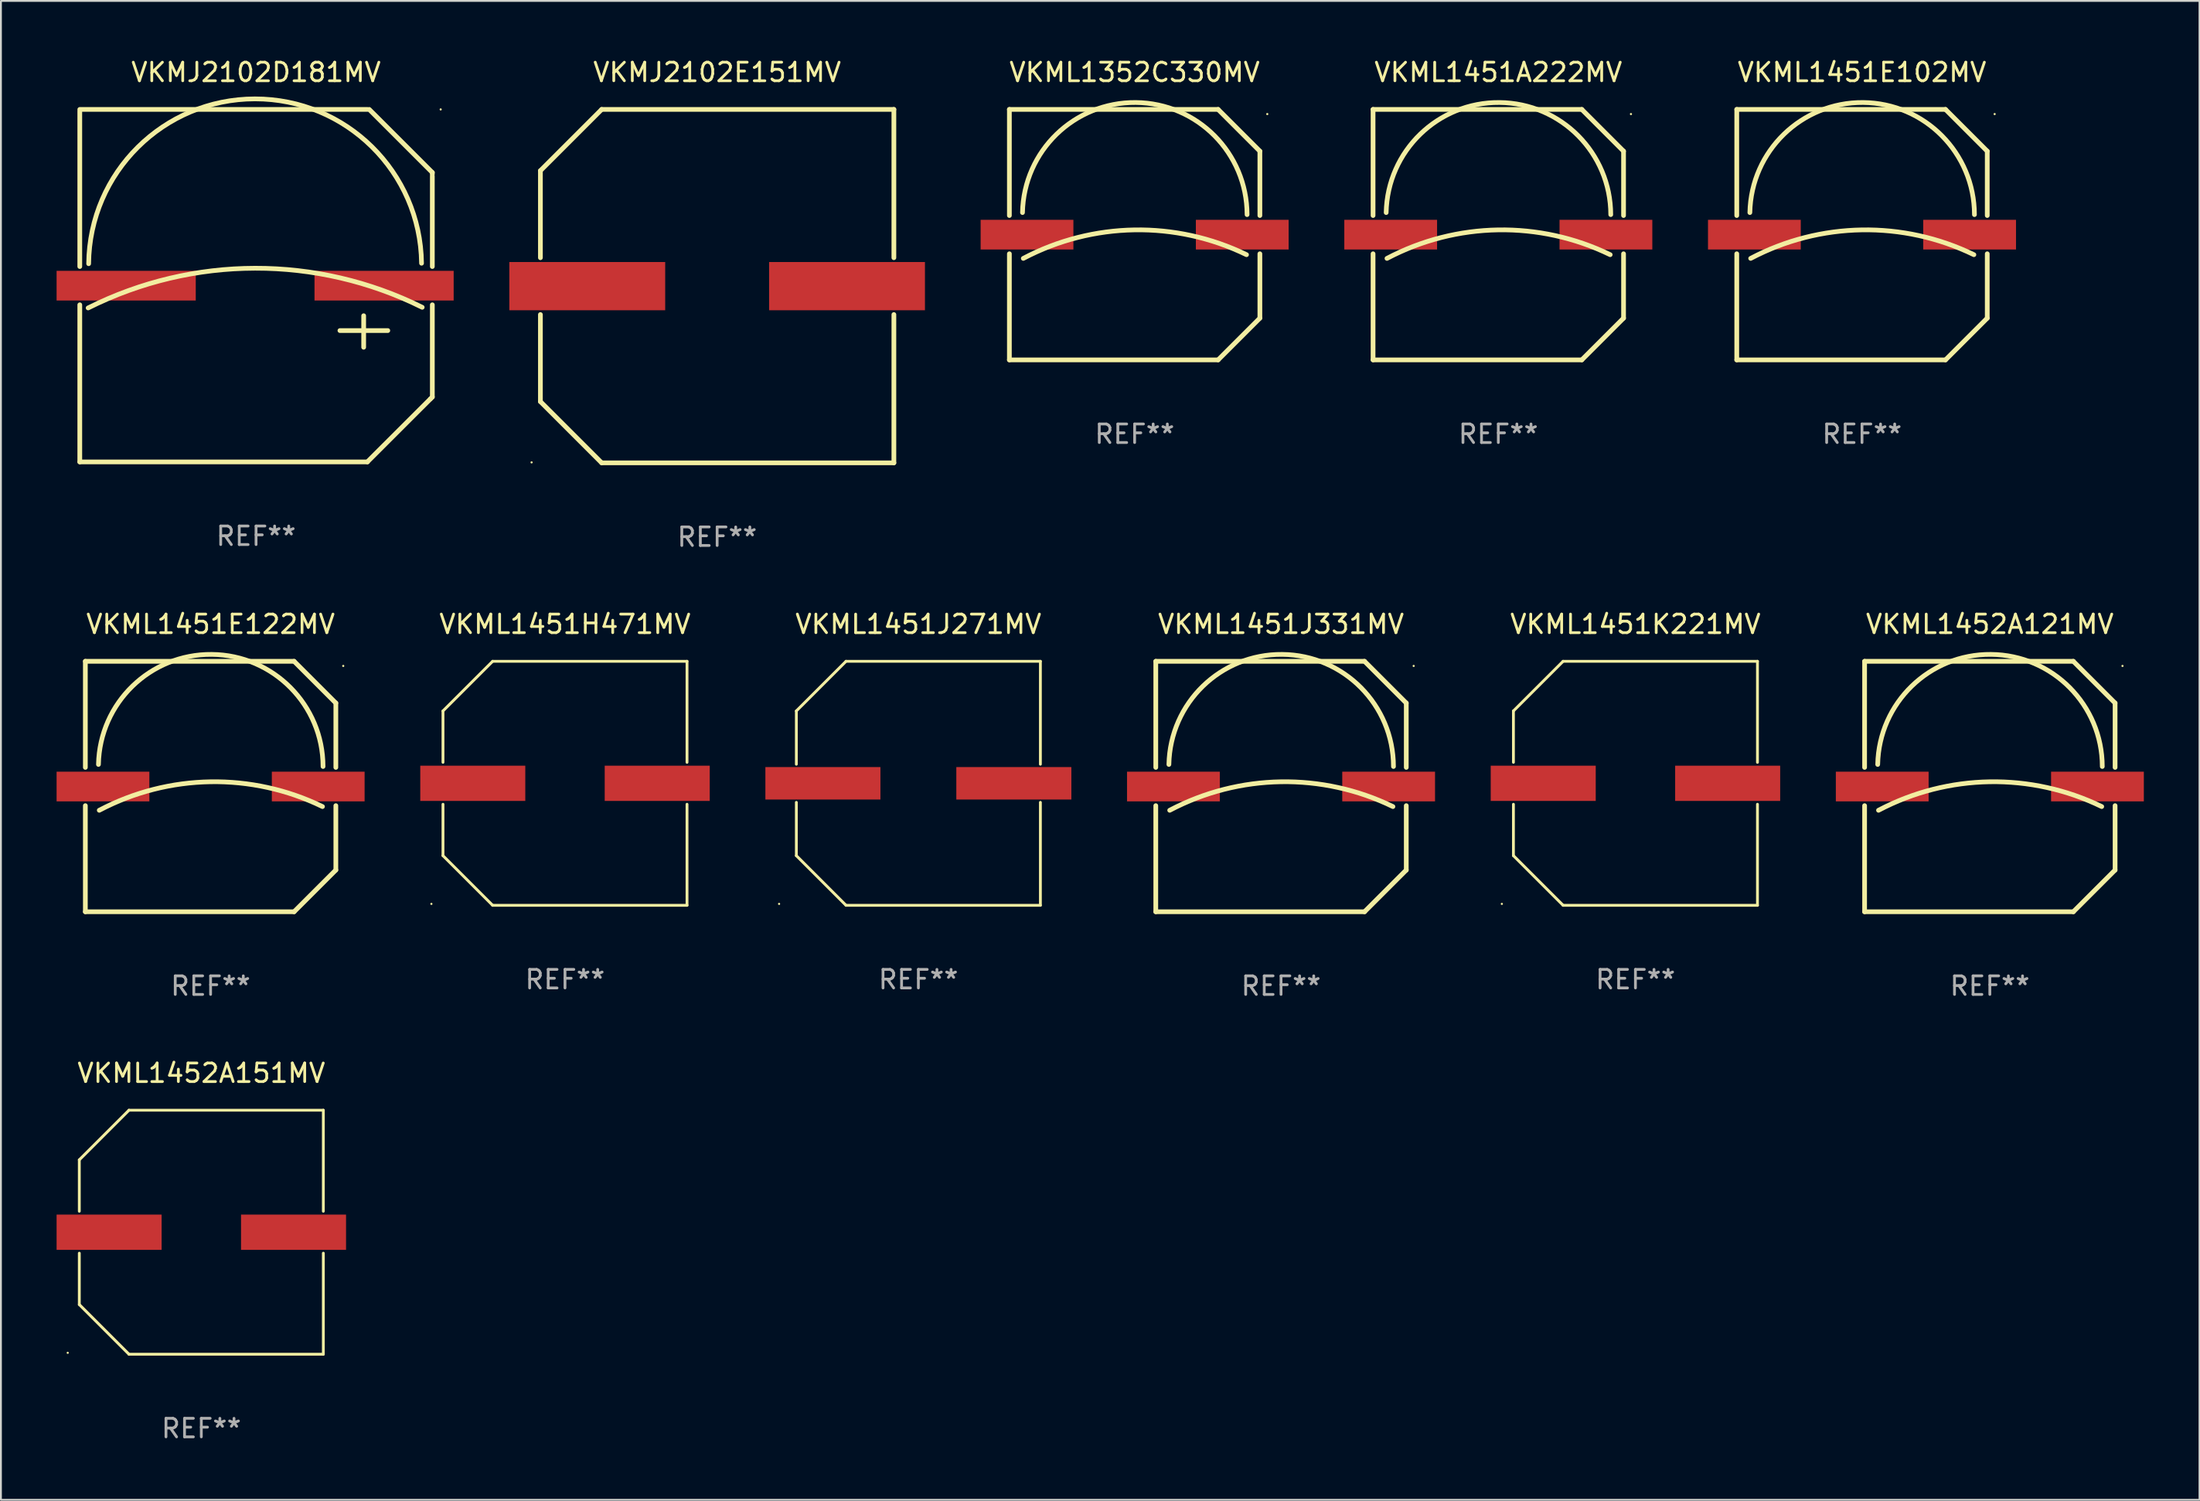
<source format=kicad_pcb>
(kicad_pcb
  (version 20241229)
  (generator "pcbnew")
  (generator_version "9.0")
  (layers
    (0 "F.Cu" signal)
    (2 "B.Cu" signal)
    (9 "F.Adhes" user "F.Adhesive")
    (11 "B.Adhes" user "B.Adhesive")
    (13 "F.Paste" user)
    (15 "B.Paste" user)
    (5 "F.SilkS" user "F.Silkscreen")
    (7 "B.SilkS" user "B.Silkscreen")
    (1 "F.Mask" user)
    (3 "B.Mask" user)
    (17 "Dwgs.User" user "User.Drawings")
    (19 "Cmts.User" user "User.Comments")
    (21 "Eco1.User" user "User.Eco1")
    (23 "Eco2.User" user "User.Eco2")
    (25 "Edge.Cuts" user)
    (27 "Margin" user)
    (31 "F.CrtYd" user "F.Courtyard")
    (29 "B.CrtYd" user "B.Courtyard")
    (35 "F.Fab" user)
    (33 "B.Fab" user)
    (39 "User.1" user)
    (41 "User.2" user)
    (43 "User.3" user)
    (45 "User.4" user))
  (footprint "VKML1452A151MV"
    (layer "F.Cu")
    (at 7.8 63.368)
    (property "Reference" "VKML1452A151MV" (at 0 -8.576 0) (layer "F.SilkS") (effects (font (size 1 1) (thickness 0.15))))
    (attr through_hole)
    (fp_line (start -6.576 -3.9) (end -3.9 -6.576) (stroke (width 0.152) (type solid)) (layer "F.SilkS"))
    (fp_line (start -6.576 -1.13) (end -6.576 -3.9) (stroke (width 0.152) (type solid)) (layer "F.SilkS"))
    (fp_line (start -6.576 3.9) (end -6.576 1.13) (stroke (width 0.152) (type solid)) (layer "F.SilkS"))
    (fp_line (start -6.576 3.9) (end -3.9 6.576) (stroke (width 0.152) (type solid)) (layer "F.SilkS"))
    (fp_line (start -3.9 -6.576) (end 6.576 -6.576) (stroke (width 0.152) (type solid)) (layer "F.SilkS"))
    (fp_line (start -3.9 6.576) (end 6.576 6.576) (stroke (width 0.152) (type solid)) (layer "F.SilkS"))
    (fp_line (start 6.576 -6.576) (end 6.576 -1.13) (stroke (width 0.152) (type solid)) (layer "F.SilkS"))
    (fp_line (start 6.576 1.13) (end 6.576 6.576) (stroke (width 0.152) (type solid)) (layer "F.SilkS"))
    (fp_circle (center -7.2 6.5) (end -7.17 6.5) (stroke (width 0.06) (type solid)) (fill no) (layer "F.SilkS"))
    (fp_text user "REF**" (at 0 10.576 0) (layer "F.Fab") (effects (font (size 1 1) (thickness 0.15))))
    (pad "1" smd rect (at -4.97 0) (size 5.66 1.9) (layers "F.Cu" "F.Mask" "F.Paste"))
    (pad "2" smd rect (at 4.97 0) (size 5.66 1.9) (layers "F.Cu" "F.Mask" "F.Paste")))
  (footprint "VKML1352C330MV"
    (layer "F.Cu")
    (at 58.1 9.598)
    (property "Reference" "VKML1352C330MV" (at 0 -8.75 0) (layer "F.SilkS") (effects (font (size 1 1) (thickness 0.15))))
    (attr through_hole)
    (fp_line (start -6.75 -6.75) (end 4.5 -6.75) (stroke (width 0.254) (type solid)) (layer "F.SilkS"))
    (fp_line (start -6.75 -1.031) (end -6.75 -6.75) (stroke (width 0.254) (type solid)) (layer "F.SilkS"))
    (fp_line (start -6.75 6.75) (end -6.75 1.031) (stroke (width 0.254) (type solid)) (layer "F.SilkS"))
    (fp_line (start -6.75 6.75) (end 4.5 6.75) (stroke (width 0.254) (type solid)) (layer "F.SilkS"))
    (fp_line (start 4.5 6.75) (end 6.75 4.5) (stroke (width 0.254) (type solid)) (layer "F.SilkS"))
    (fp_line (start 6.75 -4.5) (end 4.5 -6.75) (stroke (width 0.254) (type solid)) (layer "F.SilkS"))
    (fp_line (start 6.75 -1.031) (end 6.75 -4.5) (stroke (width 0.254) (type solid)) (layer "F.SilkS"))
    (fp_line (start 6.75 4.5) (end 6.75 1.031) (stroke (width 0.254) (type solid)) (layer "F.SilkS"))
    (fp_arc (start -6.043638 -1.190577) (mid 0.06288 -7.123351) (end 6.059995 -1.08001) (stroke (width 0.254001) (type solid)) (layer "F.SilkS"))
    (fp_arc (start -6 1.28001) (mid -0.008883 -0.256469) (end 6.029998 1.08001) (stroke (width 0.254001) (type solid)) (layer "F.SilkS"))
    (fp_circle (center 7.149 -6.5) (end 7.179 -6.5) (stroke (width 0.06) (type solid)) (fill no) (layer "F.SilkS"))
    (fp_text user "REF**" (at 0 10.75 0) (layer "F.Fab") (effects (font (size 1 1) (thickness 0.15))))
    (pad "1" smd rect (at 5.8 0) (size 5 1.6) (layers "F.Cu" "F.Mask" "F.Paste"))
    (pad "2" smd rect (at -5.8 0) (size 5 1.6) (layers "F.Cu" "F.Mask" "F.Paste")))
  (footprint "VKMJ2102E151MV"
    (layer "F.Cu")
    (at 35.6 12.373)
    (property "Reference" "VKMJ2102E151MV" (at 0 -11.525 0) (layer "F.SilkS") (effects (font (size 1 1) (thickness 0.15))))
    (attr through_hole)
    (fp_line (start -9.525 -6.223) (end -9.525 -1.531) (stroke (width 0.254) (type solid)) (layer "F.SilkS"))
    (fp_line (start -9.525 1.531) (end -9.525 6.223) (stroke (width 0.254) (type solid)) (layer "F.SilkS"))
    (fp_line (start -9.525 6.223) (end -6.223 9.525) (stroke (width 0.254) (type solid)) (layer "F.SilkS"))
    (fp_line (start -6.223 -9.525) (end -9.525 -6.223) (stroke (width 0.254) (type solid)) (layer "F.SilkS"))
    (fp_line (start -6.223 9.525) (end 9.525 9.525) (stroke (width 0.254) (type solid)) (layer "F.SilkS"))
    (fp_line (start 9.525 -9.525) (end -6.223 -9.525) (stroke (width 0.254) (type solid)) (layer "F.SilkS"))
    (fp_line (start 9.525 -1.531) (end 9.525 -9.525) (stroke (width 0.254) (type solid)) (layer "F.SilkS"))
    (fp_line (start 9.525 9.525) (end 9.525 1.531) (stroke (width 0.254) (type solid)) (layer "F.SilkS"))
    (fp_circle (center -10 9.5) (end -9.97 9.5) (stroke (width 0.06) (type solid)) (fill no) (layer "F.SilkS"))
    (fp_text user "REF**" (at 0 13.525 0) (layer "F.Fab") (effects (font (size 1 1) (thickness 0.15))))
    (pad "1" smd rect (at -7 0) (size 8.4 2.6) (layers "F.Cu" "F.Mask" "F.Paste"))
    (pad "2" smd rect (at 7 0) (size 8.4 2.6) (layers "F.Cu" "F.Mask" "F.Paste")))
  (footprint "VKML1451J331MV"
    (layer "F.Cu")
    (at 65.99 39.345)
    (property "Reference" "VKML1451J331MV" (at 0 -8.75 0) (layer "F.SilkS") (effects (font (size 1 1) (thickness 0.15))))
    (attr through_hole)
    (fp_line (start -6.75 -6.75) (end 4.5 -6.75) (stroke (width 0.254) (type solid)) (layer "F.SilkS"))
    (fp_line (start -6.75 -1.031) (end -6.75 -6.75) (stroke (width 0.254) (type solid)) (layer "F.SilkS"))
    (fp_line (start -6.75 6.75) (end -6.75 1.031) (stroke (width 0.254) (type solid)) (layer "F.SilkS"))
    (fp_line (start -6.75 6.75) (end 4.5 6.75) (stroke (width 0.254) (type solid)) (layer "F.SilkS"))
    (fp_line (start 4.5 6.75) (end 6.75 4.5) (stroke (width 0.254) (type solid)) (layer "F.SilkS"))
    (fp_line (start 6.75 -4.5) (end 4.5 -6.75) (stroke (width 0.254) (type solid)) (layer "F.SilkS"))
    (fp_line (start 6.75 -1.031) (end 6.75 -4.5) (stroke (width 0.254) (type solid)) (layer "F.SilkS"))
    (fp_line (start 6.75 4.5) (end 6.75 1.031) (stroke (width 0.254) (type solid)) (layer "F.SilkS"))
    (fp_arc (start -6.043638 -1.190577) (mid 0.06288 -7.123351) (end 6.059995 -1.08001) (stroke (width 0.254001) (type solid)) (layer "F.SilkS"))
    (fp_arc (start -6 1.28001) (mid -0.008883 -0.256469) (end 6.029998 1.08001) (stroke (width 0.254001) (type solid)) (layer "F.SilkS"))
    (fp_circle (center 7.149 -6.5) (end 7.179 -6.5) (stroke (width 0.06) (type solid)) (fill no) (layer "F.SilkS"))
    (fp_text user "REF**" (at 0 10.75 0) (layer "F.Fab") (effects (font (size 1 1) (thickness 0.15))))
    (pad "1" smd rect (at 5.8 0) (size 5 1.6) (layers "F.Cu" "F.Mask" "F.Paste"))
    (pad "2" smd rect (at -5.8 0) (size 5 1.6) (layers "F.Cu" "F.Mask" "F.Paste")))
  (footprint "VKML1451J271MV"
    (layer "F.Cu")
    (at 46.445 39.171)
    (property "Reference" "VKML1451J271MV" (at 0 -8.576 0) (layer "F.SilkS") (effects (font (size 1 1) (thickness 0.15))))
    (attr through_hole)
    (fp_line (start -6.576 -3.9) (end -6.576 -1.027) (stroke (width 0.152) (type solid)) (layer "F.SilkS"))
    (fp_line (start -6.576 3.9) (end -6.576 1.027) (stroke (width 0.152) (type solid)) (layer "F.SilkS"))
    (fp_line (start -3.9 -6.576) (end -6.576 -3.9) (stroke (width 0.152) (type solid)) (layer "F.SilkS"))
    (fp_line (start -3.9 6.576) (end -6.576 3.9) (stroke (width 0.152) (type solid)) (layer "F.SilkS"))
    (fp_line (start 6.576 -6.576) (end -3.9 -6.576) (stroke (width 0.152) (type solid)) (layer "F.SilkS"))
    (fp_line (start 6.576 -1.027) (end 6.576 -6.576) (stroke (width 0.152) (type solid)) (layer "F.SilkS"))
    (fp_line (start 6.576 1.027) (end 6.576 6.576) (stroke (width 0.152) (type solid)) (layer "F.SilkS"))
    (fp_line (start 6.576 6.576) (end -3.9 6.576) (stroke (width 0.152) (type solid)) (layer "F.SilkS"))
    (fp_circle (center -7.506 6.5) (end -7.476 6.5) (stroke (width 0.06) (type solid)) (fill no) (layer "F.SilkS"))
    (fp_text user "REF**" (at 0 10.576 0) (layer "F.Fab") (effects (font (size 1 1) (thickness 0.15))))
    (pad "1" smd rect (at -5.145 0) (size 6.2 1.75) (layers "F.Cu" "F.Mask" "F.Paste"))
    (pad "2" smd rect (at 5.145 0) (size 6.2 1.75) (layers "F.Cu" "F.Mask" "F.Paste")))
  (footprint "VKML1451E122MV"
    (layer "F.Cu")
    (at 8.3 39.345)
    (property "Reference" "VKML1451E122MV" (at 0 -8.75 0) (layer "F.SilkS") (effects (font (size 1 1) (thickness 0.15))))
    (attr through_hole)
    (fp_line (start -6.75 -6.75) (end 4.5 -6.75) (stroke (width 0.254) (type solid)) (layer "F.SilkS"))
    (fp_line (start -6.75 -1.031) (end -6.75 -6.75) (stroke (width 0.254) (type solid)) (layer "F.SilkS"))
    (fp_line (start -6.75 6.75) (end -6.75 1.031) (stroke (width 0.254) (type solid)) (layer "F.SilkS"))
    (fp_line (start -6.75 6.75) (end 4.5 6.75) (stroke (width 0.254) (type solid)) (layer "F.SilkS"))
    (fp_line (start 4.5 6.75) (end 6.75 4.5) (stroke (width 0.254) (type solid)) (layer "F.SilkS"))
    (fp_line (start 6.75 -4.5) (end 4.5 -6.75) (stroke (width 0.254) (type solid)) (layer "F.SilkS"))
    (fp_line (start 6.75 -1.031) (end 6.75 -4.5) (stroke (width 0.254) (type solid)) (layer "F.SilkS"))
    (fp_line (start 6.75 4.5) (end 6.75 1.031) (stroke (width 0.254) (type solid)) (layer "F.SilkS"))
    (fp_arc (start -6.043638 -1.190577) (mid 0.06288 -7.123351) (end 6.059995 -1.08001) (stroke (width 0.254001) (type solid)) (layer "F.SilkS"))
    (fp_arc (start -6 1.28001) (mid -0.008883 -0.256469) (end 6.029998 1.08001) (stroke (width 0.254001) (type solid)) (layer "F.SilkS"))
    (fp_circle (center 7.149 -6.5) (end 7.179 -6.5) (stroke (width 0.06) (type solid)) (fill no) (layer "F.SilkS"))
    (fp_text user "REF**" (at 0 10.75 0) (layer "F.Fab") (effects (font (size 1 1) (thickness 0.15))))
    (pad "1" smd rect (at 5.8 0) (size 5 1.6) (layers "F.Cu" "F.Mask" "F.Paste"))
    (pad "2" smd rect (at -5.8 0) (size 5 1.6) (layers "F.Cu" "F.Mask" "F.Paste")))
  (footprint "VKML1452A121MV"
    (layer "F.Cu")
    (at 104.191 39.345)
    (property "Reference" "VKML1452A121MV" (at 0 -8.75 0) (layer "F.SilkS") (effects (font (size 1 1) (thickness 0.15))))
    (attr through_hole)
    (fp_line (start -6.75 -6.75) (end 4.5 -6.75) (stroke (width 0.254) (type solid)) (layer "F.SilkS"))
    (fp_line (start -6.75 -1.031) (end -6.75 -6.75) (stroke (width 0.254) (type solid)) (layer "F.SilkS"))
    (fp_line (start -6.75 6.75) (end -6.75 1.031) (stroke (width 0.254) (type solid)) (layer "F.SilkS"))
    (fp_line (start -6.75 6.75) (end 4.5 6.75) (stroke (width 0.254) (type solid)) (layer "F.SilkS"))
    (fp_line (start 4.5 6.75) (end 6.75 4.5) (stroke (width 0.254) (type solid)) (layer "F.SilkS"))
    (fp_line (start 6.75 -4.5) (end 4.5 -6.75) (stroke (width 0.254) (type solid)) (layer "F.SilkS"))
    (fp_line (start 6.75 -1.031) (end 6.75 -4.5) (stroke (width 0.254) (type solid)) (layer "F.SilkS"))
    (fp_line (start 6.75 4.5) (end 6.75 1.031) (stroke (width 0.254) (type solid)) (layer "F.SilkS"))
    (fp_arc (start -6.043638 -1.190577) (mid 0.06288 -7.123351) (end 6.059995 -1.08001) (stroke (width 0.254001) (type solid)) (layer "F.SilkS"))
    (fp_arc (start -6 1.28001) (mid -0.008883 -0.256469) (end 6.029998 1.08001) (stroke (width 0.254001) (type solid)) (layer "F.SilkS"))
    (fp_circle (center 7.149 -6.5) (end 7.179 -6.5) (stroke (width 0.06) (type solid)) (fill no) (layer "F.SilkS"))
    (fp_text user "REF**" (at 0 10.75 0) (layer "F.Fab") (effects (font (size 1 1) (thickness 0.15))))
    (pad "1" smd rect (at 5.8 0) (size 5 1.6) (layers "F.Cu" "F.Mask" "F.Paste"))
    (pad "2" smd rect (at -5.8 0) (size 5 1.6) (layers "F.Cu" "F.Mask" "F.Paste")))
  (footprint "VKML1451A222MV"
    (layer "F.Cu")
    (at 77.7 9.598)
    (property "Reference" "VKML1451A222MV" (at 0 -8.75 0) (layer "F.SilkS") (effects (font (size 1 1) (thickness 0.15))))
    (attr through_hole)
    (fp_line (start -6.75 -6.75) (end 4.5 -6.75) (stroke (width 0.254) (type solid)) (layer "F.SilkS"))
    (fp_line (start -6.75 -1.031) (end -6.75 -6.75) (stroke (width 0.254) (type solid)) (layer "F.SilkS"))
    (fp_line (start -6.75 6.75) (end -6.75 1.031) (stroke (width 0.254) (type solid)) (layer "F.SilkS"))
    (fp_line (start -6.75 6.75) (end 4.5 6.75) (stroke (width 0.254) (type solid)) (layer "F.SilkS"))
    (fp_line (start 4.5 6.75) (end 6.75 4.5) (stroke (width 0.254) (type solid)) (layer "F.SilkS"))
    (fp_line (start 6.75 -4.5) (end 4.5 -6.75) (stroke (width 0.254) (type solid)) (layer "F.SilkS"))
    (fp_line (start 6.75 -1.031) (end 6.75 -4.5) (stroke (width 0.254) (type solid)) (layer "F.SilkS"))
    (fp_line (start 6.75 4.5) (end 6.75 1.031) (stroke (width 0.254) (type solid)) (layer "F.SilkS"))
    (fp_arc (start -6.043638 -1.190577) (mid 0.06288 -7.123351) (end 6.059995 -1.08001) (stroke (width 0.254001) (type solid)) (layer "F.SilkS"))
    (fp_arc (start -6 1.28001) (mid -0.008883 -0.256469) (end 6.029998 1.08001) (stroke (width 0.254001) (type solid)) (layer "F.SilkS"))
    (fp_circle (center 7.149 -6.5) (end 7.179 -6.5) (stroke (width 0.06) (type solid)) (fill no) (layer "F.SilkS"))
    (fp_text user "REF**" (at 0 10.75 0) (layer "F.Fab") (effects (font (size 1 1) (thickness 0.15))))
    (pad "1" smd rect (at 5.8 0) (size 5 1.6) (layers "F.Cu" "F.Mask" "F.Paste"))
    (pad "2" smd rect (at -5.8 0) (size 5 1.6) (layers "F.Cu" "F.Mask" "F.Paste")))
  (footprint "VKML1451K221MV"
    (layer "F.Cu")
    (at 85.091 39.171)
    (property "Reference" "VKML1451K221MV" (at 0 -8.576 0) (layer "F.SilkS") (effects (font (size 1 1) (thickness 0.15))))
    (attr through_hole)
    (fp_line (start -6.576 -3.9) (end -3.9 -6.576) (stroke (width 0.152) (type solid)) (layer "F.SilkS"))
    (fp_line (start -6.576 -1.13) (end -6.576 -3.9) (stroke (width 0.152) (type solid)) (layer "F.SilkS"))
    (fp_line (start -6.576 3.9) (end -6.576 1.13) (stroke (width 0.152) (type solid)) (layer "F.SilkS"))
    (fp_line (start -6.576 3.9) (end -3.9 6.576) (stroke (width 0.152) (type solid)) (layer "F.SilkS"))
    (fp_line (start -3.9 -6.576) (end 6.576 -6.576) (stroke (width 0.152) (type solid)) (layer "F.SilkS"))
    (fp_line (start -3.9 6.576) (end 6.576 6.576) (stroke (width 0.152) (type solid)) (layer "F.SilkS"))
    (fp_line (start 6.576 -6.576) (end 6.576 -1.13) (stroke (width 0.152) (type solid)) (layer "F.SilkS"))
    (fp_line (start 6.576 1.13) (end 6.576 6.576) (stroke (width 0.152) (type solid)) (layer "F.SilkS"))
    (fp_circle (center -7.2 6.5) (end -7.17 6.5) (stroke (width 0.06) (type solid)) (fill no) (layer "F.SilkS"))
    (fp_text user "REF**" (at 0 10.576 0) (layer "F.Fab") (effects (font (size 1 1) (thickness 0.15))))
    (pad "1" smd rect (at -4.97 0) (size 5.66 1.9) (layers "F.Cu" "F.Mask" "F.Paste"))
    (pad "2" smd rect (at 4.97 0) (size 5.66 1.9) (layers "F.Cu" "F.Mask" "F.Paste")))
  (footprint "VKML1451E102MV"
    (layer "F.Cu")
    (at 97.301 9.598)
    (property "Reference" "VKML1451E102MV" (at 0 -8.75 0) (layer "F.SilkS") (effects (font (size 1 1) (thickness 0.15))))
    (attr through_hole)
    (fp_line (start -6.75 -6.75) (end 4.5 -6.75) (stroke (width 0.254) (type solid)) (layer "F.SilkS"))
    (fp_line (start -6.75 -1.031) (end -6.75 -6.75) (stroke (width 0.254) (type solid)) (layer "F.SilkS"))
    (fp_line (start -6.75 6.75) (end -6.75 1.031) (stroke (width 0.254) (type solid)) (layer "F.SilkS"))
    (fp_line (start -6.75 6.75) (end 4.5 6.75) (stroke (width 0.254) (type solid)) (layer "F.SilkS"))
    (fp_line (start 4.5 6.75) (end 6.75 4.5) (stroke (width 0.254) (type solid)) (layer "F.SilkS"))
    (fp_line (start 6.75 -4.5) (end 4.5 -6.75) (stroke (width 0.254) (type solid)) (layer "F.SilkS"))
    (fp_line (start 6.75 -1.031) (end 6.75 -4.5) (stroke (width 0.254) (type solid)) (layer "F.SilkS"))
    (fp_line (start 6.75 4.5) (end 6.75 1.031) (stroke (width 0.254) (type solid)) (layer "F.SilkS"))
    (fp_arc (start -6.043638 -1.190577) (mid 0.06288 -7.123351) (end 6.059995 -1.08001) (stroke (width 0.254001) (type solid)) (layer "F.SilkS"))
    (fp_arc (start -6 1.28001) (mid -0.008883 -0.256469) (end 6.029998 1.08001) (stroke (width 0.254001) (type solid)) (layer "F.SilkS"))
    (fp_circle (center 7.149 -6.5) (end 7.179 -6.5) (stroke (width 0.06) (type solid)) (fill no) (layer "F.SilkS"))
    (fp_text user "REF**" (at 0 10.75 0) (layer "F.Fab") (effects (font (size 1 1) (thickness 0.15))))
    (pad "1" smd rect (at 5.8 0) (size 5 1.6) (layers "F.Cu" "F.Mask" "F.Paste"))
    (pad "2" smd rect (at -5.8 0) (size 5 1.6) (layers "F.Cu" "F.Mask" "F.Paste")))
  (footprint "VKMJ2102D181MV"
    (layer "F.Cu")
    (at 10.75 12.348)
    (property "Reference" "VKMJ2102D181MV" (at 0 -11.5 0) (layer "F.SilkS") (effects (font (size 1 1) (thickness 0.15))))
    (attr through_hole)
    (fp_line (start -9.5 -1.031) (end -9.5 -9.4) (stroke (width 0.254) (type solid)) (layer "F.SilkS"))
    (fp_line (start -9.5 9.5) (end -9.5 1.031) (stroke (width 0.254) (type solid)) (layer "F.SilkS"))
    (fp_line (start 4.52 2.42) (end 7.1 2.42) (stroke (width 0.254) (type solid)) (layer "F.SilkS"))
    (fp_line (start 5.8 1.62) (end 5.8 3.32) (stroke (width 0.254) (type solid)) (layer "F.SilkS"))
    (fp_line (start 6 -9.5) (end -9.5 -9.5) (stroke (width 0.254) (type solid)) (layer "F.SilkS"))
    (fp_line (start 6 9.5) (end -9.5 9.5) (stroke (width 0.254) (type solid)) (layer "F.SilkS"))
    (fp_line (start 9.401 6.099) (end 6 9.497) (stroke (width 0.254) (type solid)) (layer "F.SilkS"))
    (fp_line (start 9.5 -6.1) (end 6.1 -9.5) (stroke (width 0.254) (type solid)) (layer "F.SilkS"))
    (fp_line (start 9.5 -6) (end 9.5 -6.1) (stroke (width 0.254) (type solid)) (layer "F.SilkS"))
    (fp_line (start 9.5 -1.031) (end 9.5 -5.9) (stroke (width 0.254) (type solid)) (layer "F.SilkS"))
    (fp_line (start 9.5 6) (end 9.401 6.099) (stroke (width 0.254) (type solid)) (layer "F.SilkS"))
    (fp_line (start 9.5 6) (end 9.5 1.031) (stroke (width 0.254) (type solid)) (layer "F.SilkS"))
    (fp_arc (start -9.050038 1.2) (mid -0.051855 -0.93983) (end 8.954508 1.165304) (stroke (width 0.254001) (type solid)) (layer "F.SilkS"))
    (fp_arc (start -9.022149 -1.183134) (mid -0.064436 -10.074772) (end 8.918644 -1.208763) (stroke (width 0.254001) (type solid)) (layer "F.SilkS"))
    (fp_circle (center 9.95 -9.5) (end 9.98 -9.5) (stroke (width 0.06) (type solid)) (fill no) (layer "F.SilkS"))
    (fp_text user "REF**" (at 0 13.5 0) (layer "F.Fab") (effects (font (size 1 1) (thickness 0.15))))
    (pad "1" smd rect (at 6.9 0 270) (size 1.6 7.5) (layers "F.Cu" "F.Mask" "F.Paste"))
    (pad "2" smd rect (at -7 0 270) (size 1.6 7.5) (layers "F.Cu" "F.Mask" "F.Paste")))
  (footprint "VKML1451H471MV"
    (layer "F.Cu")
    (at 27.4 39.171)
    (property "Reference" "VKML1451H471MV" (at 0 -8.576 0) (layer "F.SilkS") (effects (font (size 1 1) (thickness 0.15))))
    (attr through_hole)
    (fp_line (start -6.576 -3.9) (end -3.9 -6.576) (stroke (width 0.152) (type solid)) (layer "F.SilkS"))
    (fp_line (start -6.576 -1.13) (end -6.576 -3.9) (stroke (width 0.152) (type solid)) (layer "F.SilkS"))
    (fp_line (start -6.576 3.9) (end -6.576 1.13) (stroke (width 0.152) (type solid)) (layer "F.SilkS"))
    (fp_line (start -6.576 3.9) (end -3.9 6.576) (stroke (width 0.152) (type solid)) (layer "F.SilkS"))
    (fp_line (start -3.9 -6.576) (end 6.576 -6.576) (stroke (width 0.152) (type solid)) (layer "F.SilkS"))
    (fp_line (start -3.9 6.576) (end 6.576 6.576) (stroke (width 0.152) (type solid)) (layer "F.SilkS"))
    (fp_line (start 6.576 -6.576) (end 6.576 -1.13) (stroke (width 0.152) (type solid)) (layer "F.SilkS"))
    (fp_line (start 6.576 1.13) (end 6.576 6.576) (stroke (width 0.152) (type solid)) (layer "F.SilkS"))
    (fp_circle (center -7.2 6.5) (end -7.17 6.5) (stroke (width 0.06) (type solid)) (fill no) (layer "F.SilkS"))
    (fp_text user "REF**" (at 0 10.576 0) (layer "F.Fab") (effects (font (size 1 1) (thickness 0.15))))
    (pad "1" smd rect (at -4.97 0) (size 5.66 1.9) (layers "F.Cu" "F.Mask" "F.Paste"))
    (pad "2" smd rect (at 4.97 0) (size 5.66 1.9) (layers "F.Cu" "F.Mask" "F.Paste")))
  (gr_rect
    (start -3 -3)
    (end 115.491 77.792)
    (stroke (width 0.1) (type default))
    (fill no)
    (layer "Edge.Cuts")))
</source>
